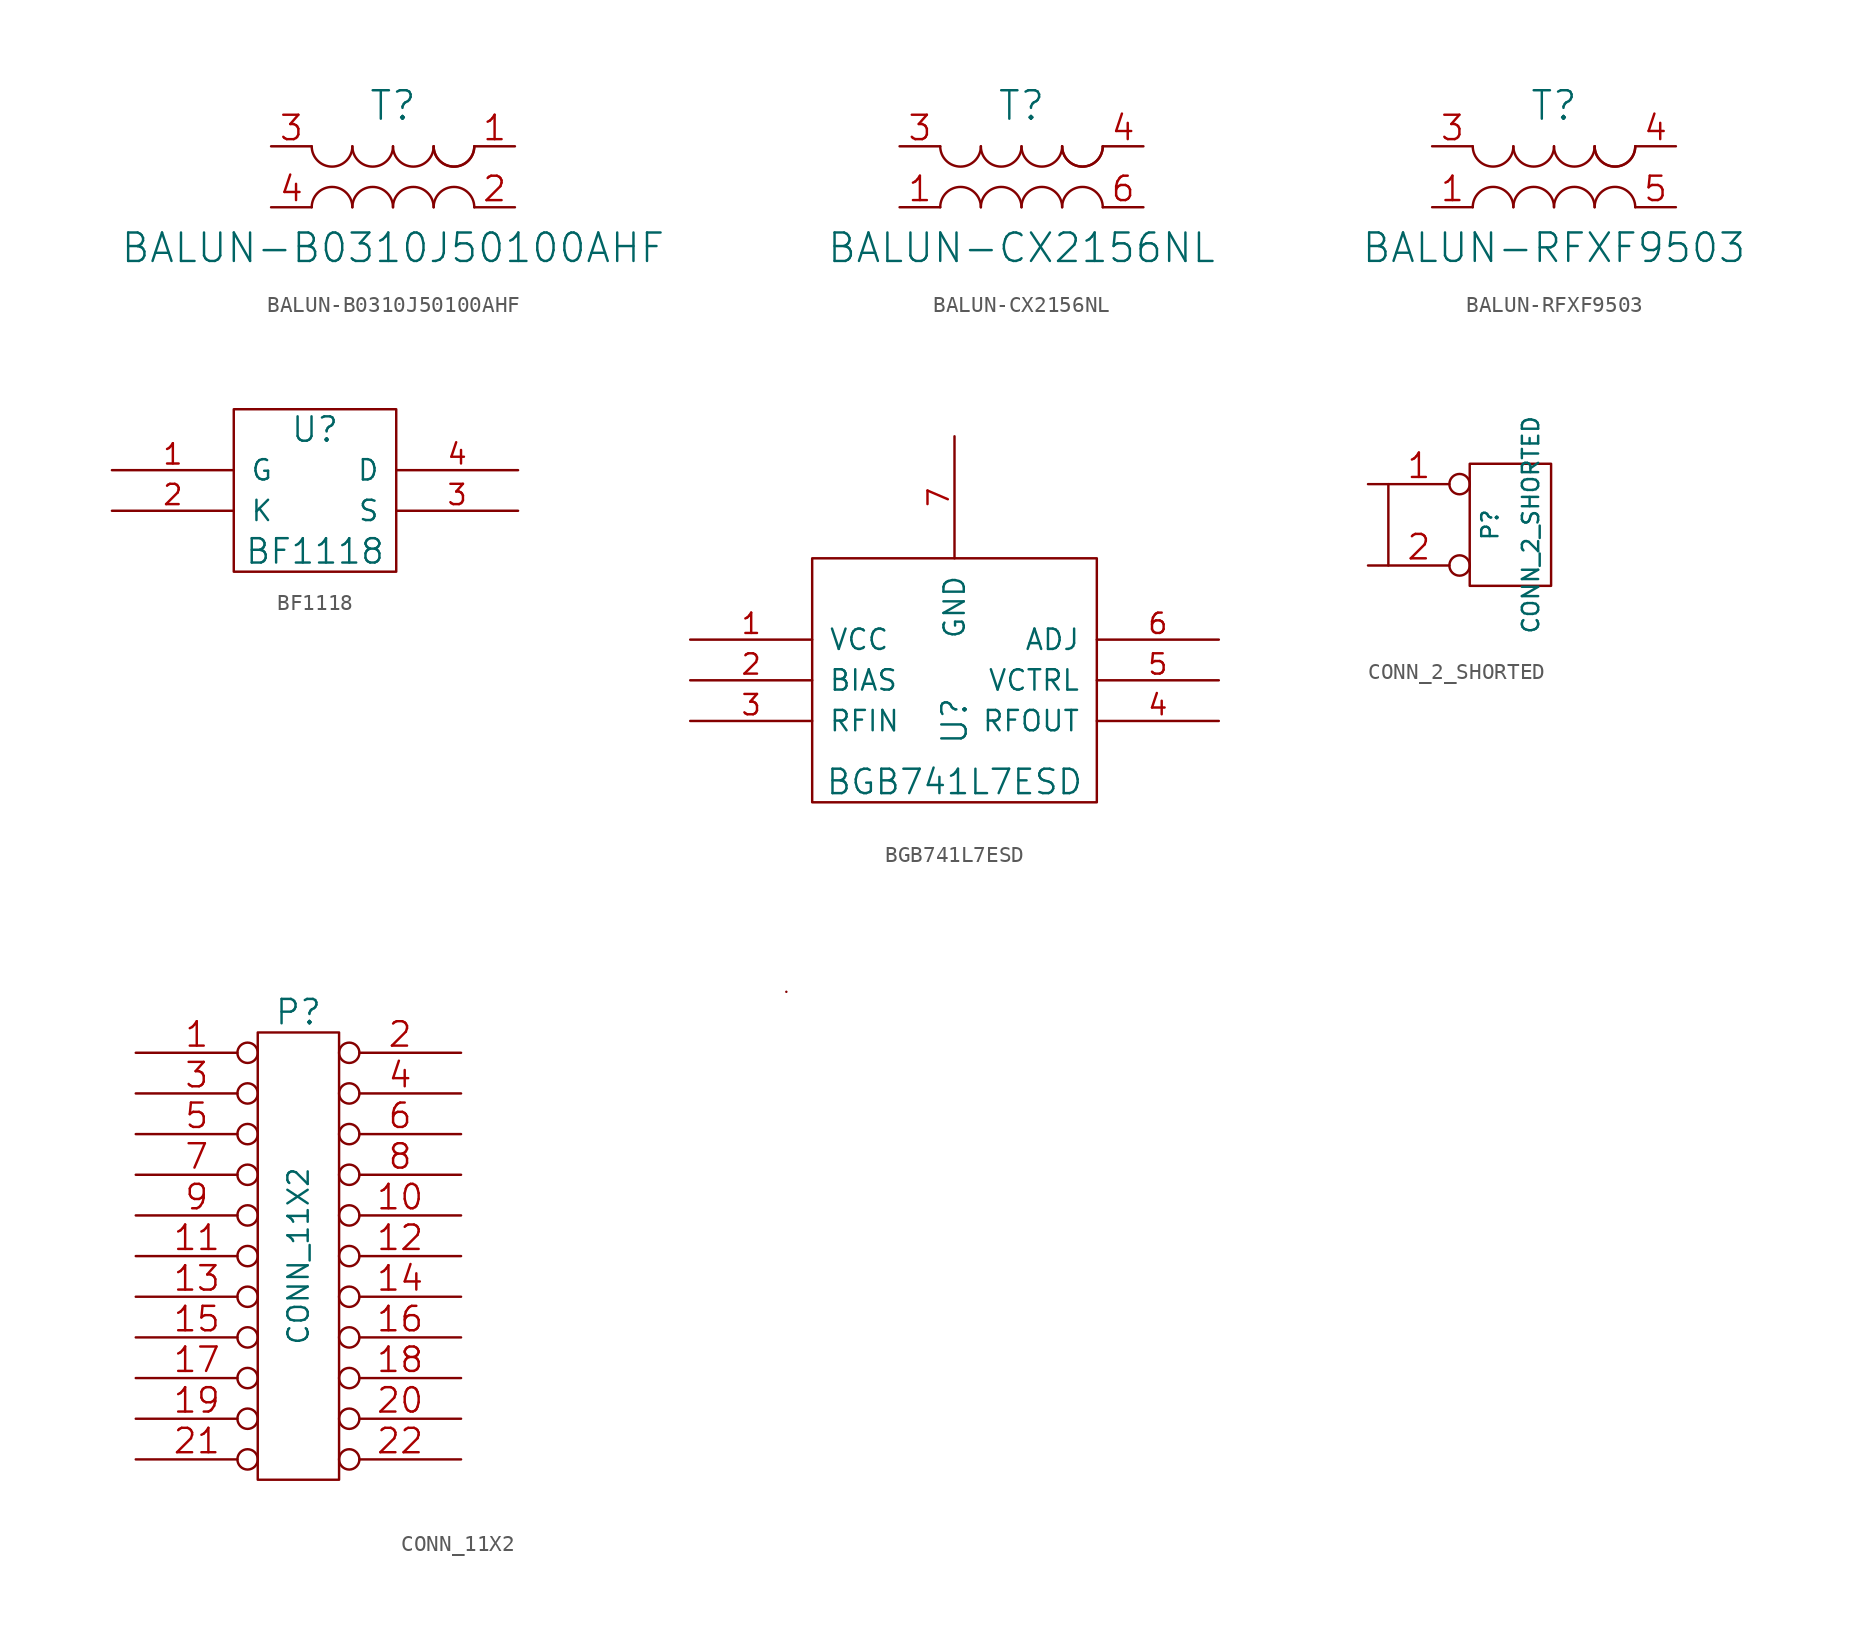
<source format=kicad_sym>
(kicad_symbol_lib
  (version 20211014)
  (generator kicad_symbol_editor)
  (symbol "BALUN-B0310J50100AHF"
    (pin_names
      (offset 1.016) hide)
    (property "Reference" "T"
      (at 0 5.08 0)
      (effects (font (size 1.778 1.778))))
    (property "Value" "BALUN-B0310J50100AHF"
      (at 0 -3.81 0)
      (effects (font (size 1.778 1.778))))
    (property "Footprint" ""
      (at 0 0 0)
      (effects (font (size 1.524 1.524))))
    (property "Datasheet" ""
      (at 0 0 0)
      (effects (font (size 1.524 1.524))))
    (symbol "BALUN-B0310J50100AHF_0_1"
      (arc (start -5.08 2.54) (mid -3.81 1.27) (end -2.54 2.54) (stroke (width 0) (type default) (color 0 0 0 0)) (fill (type none)))
      (arc (start -2.54 -1.27) (mid -3.81 0) (end -5.08 -1.27) (stroke (width 0) (type default) (color 0 0 0 0)) (fill (type none)))
      (arc (start -2.54 2.54) (mid -1.27 1.27) (end 0 2.54) (stroke (width 0) (type default) (color 0 0 0 0)) (fill (type none)))
      (arc (start 0 -1.27) (mid -1.27 0) (end -2.54 -1.27) (stroke (width 0) (type default) (color 0 0 0 0)) (fill (type none)))
      (arc (start 0 2.54) (mid 1.27 1.27) (end 2.54 2.54) (stroke (width 0) (type default) (color 0 0 0 0)) (fill (type none)))
      (arc (start 2.54 -1.27) (mid 1.27 0) (end 0 -1.27) (stroke (width 0) (type default) (color 0 0 0 0)) (fill (type none)))
      (arc (start 2.54 2.54) (mid 3.81 1.27) (end 5.08 2.54) (stroke (width 0) (type default) (color 0 0 0 0)) (fill (type none)))
      (arc (start 2.54 2.54) (mid 3.81 1.27) (end 5.08 2.54) (stroke (width 0) (type default) (color 0 0 0 0)) (fill (type none)))
      (arc (start 5.08 -1.27) (mid 3.81 0) (end 2.54 -1.27) (stroke (width 0) (type default) (color 0 0 0 0)) (fill (type none))))
    (symbol "BALUN-B0310J50100AHF_1_1"
      (pin passive line (at 7.62 2.54 180) (length 2.54) (name "S1" (effects (font (size 1.524 1.524)))) (number "1" (effects (font (size 1.524 1.524)))))
      (pin passive line (at 7.62 -1.27 180) (length 2.54) (name "S2" (effects (font (size 1.524 1.524)))) (number "2" (effects (font (size 1.524 1.524)))))
      (pin passive line (at -7.62 2.54 0) (length 2.54) (name "PR1" (effects (font (size 1.524 1.524)))) (number "3" (effects (font (size 1.524 1.524)))))
      (pin passive line (at -7.62 -1.27 0) (length 2.54) (name "PR2" (effects (font (size 1.524 1.524)))) (number "4" (effects (font (size 1.524 1.524)))))))
  (symbol "BALUN-CX2156NL"
    (pin_names
      (offset 1.016) hide)
    (property "Reference" "T"
      (at 0 5.08 0)
      (effects (font (size 1.778 1.778))))
    (property "Value" "BALUN-CX2156NL"
      (at 0 -3.81 0)
      (effects (font (size 1.778 1.778))))
    (property "Footprint" ""
      (at 0 0 0)
      (effects (font (size 1.524 1.524))))
    (property "Datasheet" ""
      (at 0 0 0)
      (effects (font (size 1.524 1.524))))
    (symbol "BALUN-CX2156NL_0_1"
      (arc (start -5.08 2.54) (mid -3.81 1.27) (end -2.54 2.54) (stroke (width 0) (type default) (color 0 0 0 0)) (fill (type none)))
      (arc (start -2.54 -1.27) (mid -3.81 0) (end -5.08 -1.27) (stroke (width 0) (type default) (color 0 0 0 0)) (fill (type none)))
      (arc (start -2.54 2.54) (mid -1.27 1.27) (end 0 2.54) (stroke (width 0) (type default) (color 0 0 0 0)) (fill (type none)))
      (arc (start 0 -1.27) (mid -1.27 0) (end -2.54 -1.27) (stroke (width 0) (type default) (color 0 0 0 0)) (fill (type none)))
      (arc (start 0 2.54) (mid 1.27 1.27) (end 2.54 2.54) (stroke (width 0) (type default) (color 0 0 0 0)) (fill (type none)))
      (arc (start 2.54 -1.27) (mid 1.27 0) (end 0 -1.27) (stroke (width 0) (type default) (color 0 0 0 0)) (fill (type none)))
      (arc (start 2.54 2.54) (mid 3.81 1.27) (end 5.08 2.54) (stroke (width 0) (type default) (color 0 0 0 0)) (fill (type none)))
      (arc (start 2.54 2.54) (mid 3.81 1.27) (end 5.08 2.54) (stroke (width 0) (type default) (color 0 0 0 0)) (fill (type none)))
      (arc (start 5.08 -1.27) (mid 3.81 0) (end 2.54 -1.27) (stroke (width 0) (type default) (color 0 0 0 0)) (fill (type none))))
    (symbol "BALUN-CX2156NL_1_1"
      (pin passive line (at -7.62 -1.27 0) (length 2.54) (name "PR2" (effects (font (size 1.524 1.524)))) (number "1" (effects (font (size 1.524 1.524)))))
      (pin passive line (at -7.62 2.54 0) (length 2.54) (name "PR1" (effects (font (size 1.524 1.524)))) (number "3" (effects (font (size 1.524 1.524)))))
      (pin passive line (at 7.62 2.54 180) (length 2.54) (name "S1" (effects (font (size 1.524 1.524)))) (number "4" (effects (font (size 1.524 1.524)))))
      (pin passive line (at 7.62 -1.27 180) (length 2.54) (name "S2" (effects (font (size 1.524 1.524)))) (number "6" (effects (font (size 1.524 1.524)))))))
  (symbol "BALUN-RFXF9503"
    (pin_names
      (offset 1.016) hide)
    (property "Reference" "T"
      (at 0 5.08 0)
      (effects (font (size 1.778 1.778))))
    (property "Value" "BALUN-RFXF9503"
      (at 0 -3.81 0)
      (effects (font (size 1.778 1.778))))
    (property "Footprint" ""
      (at 0 0 0)
      (effects (font (size 1.524 1.524))))
    (property "Datasheet" ""
      (at 0 0 0)
      (effects (font (size 1.524 1.524))))
    (symbol "BALUN-RFXF9503_0_1"
      (arc (start -5.08 2.54) (mid -3.81 1.27) (end -2.54 2.54) (stroke (width 0) (type default) (color 0 0 0 0)) (fill (type none)))
      (arc (start -2.54 -1.27) (mid -3.81 0) (end -5.08 -1.27) (stroke (width 0) (type default) (color 0 0 0 0)) (fill (type none)))
      (arc (start -2.54 2.54) (mid -1.27 1.27) (end 0 2.54) (stroke (width 0) (type default) (color 0 0 0 0)) (fill (type none)))
      (arc (start 0 -1.27) (mid -1.27 0) (end -2.54 -1.27) (stroke (width 0) (type default) (color 0 0 0 0)) (fill (type none)))
      (arc (start 0 2.54) (mid 1.27 1.27) (end 2.54 2.54) (stroke (width 0) (type default) (color 0 0 0 0)) (fill (type none)))
      (arc (start 2.54 -1.27) (mid 1.27 0) (end 0 -1.27) (stroke (width 0) (type default) (color 0 0 0 0)) (fill (type none)))
      (arc (start 2.54 2.54) (mid 3.81 1.27) (end 5.08 2.54) (stroke (width 0) (type default) (color 0 0 0 0)) (fill (type none)))
      (arc (start 2.54 2.54) (mid 3.81 1.27) (end 5.08 2.54) (stroke (width 0) (type default) (color 0 0 0 0)) (fill (type none)))
      (arc (start 5.08 -1.27) (mid 3.81 0) (end 2.54 -1.27) (stroke (width 0) (type default) (color 0 0 0 0)) (fill (type none))))
    (symbol "BALUN-RFXF9503_1_1"
      (pin passive line (at -7.62 -1.27 0) (length 2.54) (name "S2" (effects (font (size 1.524 1.524)))) (number "1" (effects (font (size 1.524 1.524)))))
      (pin passive line (at -7.62 2.54 0) (length 2.54) (name "S1" (effects (font (size 1.524 1.524)))) (number "3" (effects (font (size 1.524 1.524)))))
      (pin passive line (at 7.62 2.54 180) (length 2.54) (name "P1" (effects (font (size 1.524 1.524)))) (number "4" (effects (font (size 1.524 1.524)))))
      (pin passive line (at 7.62 -1.27 180) (length 2.54) (name "P2" (effects (font (size 1.524 1.524)))) (number "5" (effects (font (size 1.524 1.524)))))))
  (symbol "BF1118"
    (pin_names
      (offset 1.016))
    (property "Reference" "U"
      (at 0 3.81 0)
      (effects (font (size 1.524 1.524))))
    (property "Value" "BF1118"
      (at 0 -3.81 0)
      (effects (font (size 1.524 1.524))))
    (property "Footprint" ""
      (at 0 0 0)
      (effects (font (size 1.524 1.524))))
    (property "Datasheet" ""
      (at 0 0 0)
      (effects (font (size 1.524 1.524))))
    (symbol "BF1118_0_1"
      (rectangle (start -5.08 5.08) (end 5.08 -5.08) (stroke (width 0) (type default) (color 0 0 0 0)) (fill (type none))))
    (symbol "BF1118_1_1"
      (pin input line (at -12.7 1.27 0) (length 7.62) (name "G" (effects (font (size 1.27 1.27)))) (number "1" (effects (font (size 1.27 1.27)))))
      (pin power_in line (at -12.7 -1.27 0) (length 7.62) (name "K" (effects (font (size 1.27 1.27)))) (number "2" (effects (font (size 1.27 1.27)))))
      (pin bidirectional line (at 12.7 -1.27 180) (length 7.62) (name "S" (effects (font (size 1.27 1.27)))) (number "3" (effects (font (size 1.27 1.27)))))
      (pin bidirectional line (at 12.7 1.27 180) (length 7.62) (name "D" (effects (font (size 1.27 1.27)))) (number "4" (effects (font (size 1.27 1.27)))))))
  (symbol "BGB741L7ESD"
    (pin_names
      (offset 1.016))
    (property "Reference" "U"
      (at 0 -2.54 90)
      (effects (font (size 1.524 1.524))))
    (property "Value" "BGB741L7ESD"
      (at 0 -6.35 0)
      (effects (font (size 1.524 1.524))))
    (property "Footprint" ""
      (at 0 0 0)
      (effects (font (size 1.524 1.524))))
    (property "Datasheet" ""
      (at 0 0 0)
      (effects (font (size 1.524 1.524))))
    (symbol "BGB741L7ESD_0_1"
      (rectangle (start -8.89 7.62) (end 8.89 -7.62) (stroke (width 0) (type default) (color 0 0 0 0)) (fill (type none))))
    (symbol "BGB741L7ESD_1_1"
      (pin power_in line (at -16.51 2.54 0) (length 7.62) (name "VCC" (effects (font (size 1.27 1.27)))) (number "1" (effects (font (size 1.27 1.27)))))
      (pin output line (at -16.51 0 0) (length 7.62) (name "BIAS" (effects (font (size 1.27 1.27)))) (number "2" (effects (font (size 1.27 1.27)))))
      (pin input line (at -16.51 -2.54 0) (length 7.62) (name "RFIN" (effects (font (size 1.27 1.27)))) (number "3" (effects (font (size 1.27 1.27)))))
      (pin output line (at 16.51 -2.54 180) (length 7.62) (name "RFOUT" (effects (font (size 1.27 1.27)))) (number "4" (effects (font (size 1.27 1.27)))))
      (pin input line (at 16.51 0 180) (length 7.62) (name "VCTRL" (effects (font (size 1.27 1.27)))) (number "5" (effects (font (size 1.27 1.27)))))
      (pin input line (at 16.51 2.54 180) (length 7.62) (name "ADJ" (effects (font (size 1.27 1.27)))) (number "6" (effects (font (size 1.27 1.27)))))
      (pin power_in line (at 0 15.24 270) (length 7.62) (name "GND" (effects (font (size 1.27 1.27)))) (number "7" (effects (font (size 1.27 1.27)))))))
  (symbol "CONN_2_SHORTED"
    (pin_names
      (offset 1.016) hide)
    (property "Reference" "P"
      (at -1.27 0 90)
      (effects (font (size 1.016 1.016))))
    (property "Value" "CONN_2_SHORTED"
      (at 1.27 0 90)
      (effects (font (size 1.016 1.016))))
    (property "Footprint" ""
      (at 0 0 0)
      (effects (font (size 1.524 1.524))))
    (property "Datasheet" ""
      (at 0 0 0)
      (effects (font (size 1.524 1.524))))
    (symbol "CONN_2_SHORTED_0_1"
      (rectangle (start -2.54 3.81) (end 2.54 -3.81) (stroke (width 0) (type default) (color 0 0 0 0)) (fill (type none)))
      (polyline (pts (xy -7.62 2.54) (xy -7.62 -2.54)) (stroke (width 0) (type default) (color 0 0 0 0)) (fill (type none))))
    (symbol "CONN_2_SHORTED_1_1"
      (pin passive inverted (at -8.89 2.54 0) (length 6.35) (name "P1" (effects (font (size 1.524 1.524)))) (number "1" (effects (font (size 1.524 1.524)))))
      (pin passive inverted (at -8.89 -2.54 0) (length 6.35) (name "PM" (effects (font (size 1.524 1.524)))) (number "2" (effects (font (size 1.524 1.524)))))))
  (symbol "CONN_11X2"
    (pin_names
      (offset 0.254) hide)
    (property "Reference" "P"
      (at 0 15.24 0)
      (effects (font (size 1.524 1.524))))
    (property "Value" "CONN_11X2"
      (at 0 0 90)
      (effects (font (size 1.27 1.27))))
    (property "Footprint" ""
      (at 0 -6.35 0)
      (effects (font (size 1.524 1.524))))
    (property "Datasheet" ""
      (at 0 -6.35 0)
      (effects (font (size 1.524 1.524))))
    (symbol "CONN_11X2_0_1"
      (rectangle (start -2.54 13.97) (end 2.54 -13.97) (stroke (width 0) (type default) (color 0 0 0 0)) (fill (type none)))
      (rectangle (start 30.48 16.51) (end 30.48 16.51) (stroke (width 0) (type default) (color 0 0 0 0)) (fill (type none))))
    (symbol "CONN_11X2_1_1"
      (pin passive inverted (at -10.16 12.7 0) (length 7.62) (name "P1" (effects (font (size 0.762 0.762)))) (number "1" (effects (font (size 1.524 1.524)))))
      (pin passive inverted (at 10.16 2.54 180) (length 7.62) (name "P10" (effects (font (size 0.762 0.762)))) (number "10" (effects (font (size 1.524 1.524)))))
      (pin passive inverted (at -10.16 0 0) (length 7.62) (name "P11" (effects (font (size 0.762 0.762)))) (number "11" (effects (font (size 1.524 1.524)))))
      (pin passive inverted (at 10.16 0 180) (length 7.62) (name "P12" (effects (font (size 0.762 0.762)))) (number "12" (effects (font (size 1.524 1.524)))))
      (pin passive inverted (at -10.16 -2.54 0) (length 7.62) (name "P13" (effects (font (size 0.762 0.762)))) (number "13" (effects (font (size 1.524 1.524)))))
      (pin passive inverted (at 10.16 -2.54 180) (length 7.62) (name "P14" (effects (font (size 0.762 0.762)))) (number "14" (effects (font (size 1.524 1.524)))))
      (pin passive inverted (at -10.16 -5.08 0) (length 7.62) (name "P15" (effects (font (size 0.762 0.762)))) (number "15" (effects (font (size 1.524 1.524)))))
      (pin passive inverted (at 10.16 -5.08 180) (length 7.62) (name "P16" (effects (font (size 0.762 0.762)))) (number "16" (effects (font (size 1.524 1.524)))))
      (pin passive inverted (at -10.16 -7.62 0) (length 7.62) (name "P17" (effects (font (size 0.762 0.762)))) (number "17" (effects (font (size 1.524 1.524)))))
      (pin passive inverted (at 10.16 -7.62 180) (length 7.62) (name "P18" (effects (font (size 0.762 0.762)))) (number "18" (effects (font (size 1.524 1.524)))))
      (pin passive inverted (at -10.16 -10.16 0) (length 7.62) (name "P19" (effects (font (size 0.762 0.762)))) (number "19" (effects (font (size 1.524 1.524)))))
      (pin passive inverted (at 10.16 12.7 180) (length 7.62) (name "P2" (effects (font (size 0.762 0.762)))) (number "2" (effects (font (size 1.524 1.524)))))
      (pin passive inverted (at 10.16 -10.16 180) (length 7.62) (name "P20" (effects (font (size 0.762 0.762)))) (number "20" (effects (font (size 1.524 1.524)))))
      (pin passive inverted (at -10.16 -12.7 0) (length 7.62) (name "P21" (effects (font (size 0.762 0.762)))) (number "21" (effects (font (size 1.524 1.524)))))
      (pin passive inverted (at 10.16 -12.7 180) (length 7.62) (name "P22" (effects (font (size 0.762 0.762)))) (number "22" (effects (font (size 1.524 1.524)))))
      (pin passive inverted (at -10.16 10.16 0) (length 7.62) (name "P3" (effects (font (size 0.762 0.762)))) (number "3" (effects (font (size 1.524 1.524)))))
      (pin passive inverted (at 10.16 10.16 180) (length 7.62) (name "P4" (effects (font (size 0.762 0.762)))) (number "4" (effects (font (size 1.524 1.524)))))
      (pin passive inverted (at -10.16 7.62 0) (length 7.62) (name "P5" (effects (font (size 0.762 0.762)))) (number "5" (effects (font (size 1.524 1.524)))))
      (pin passive inverted (at 10.16 7.62 180) (length 7.62) (name "P6" (effects (font (size 0.762 0.762)))) (number "6" (effects (font (size 1.524 1.524)))))
      (pin passive inverted (at -10.16 5.08 0) (length 7.62) (name "P7" (effects (font (size 0.762 0.762)))) (number "7" (effects (font (size 1.524 1.524)))))
      (pin passive inverted (at 10.16 5.08 180) (length 7.62) (name "P8" (effects (font (size 0.762 0.762)))) (number "8" (effects (font (size 1.524 1.524)))))
      (pin passive inverted (at -10.16 2.54 0) (length 7.62) (name "P9" (effects (font (size 0.762 0.762)))) (number "9" (effects (font (size 1.524 1.524))))))))
</source>
